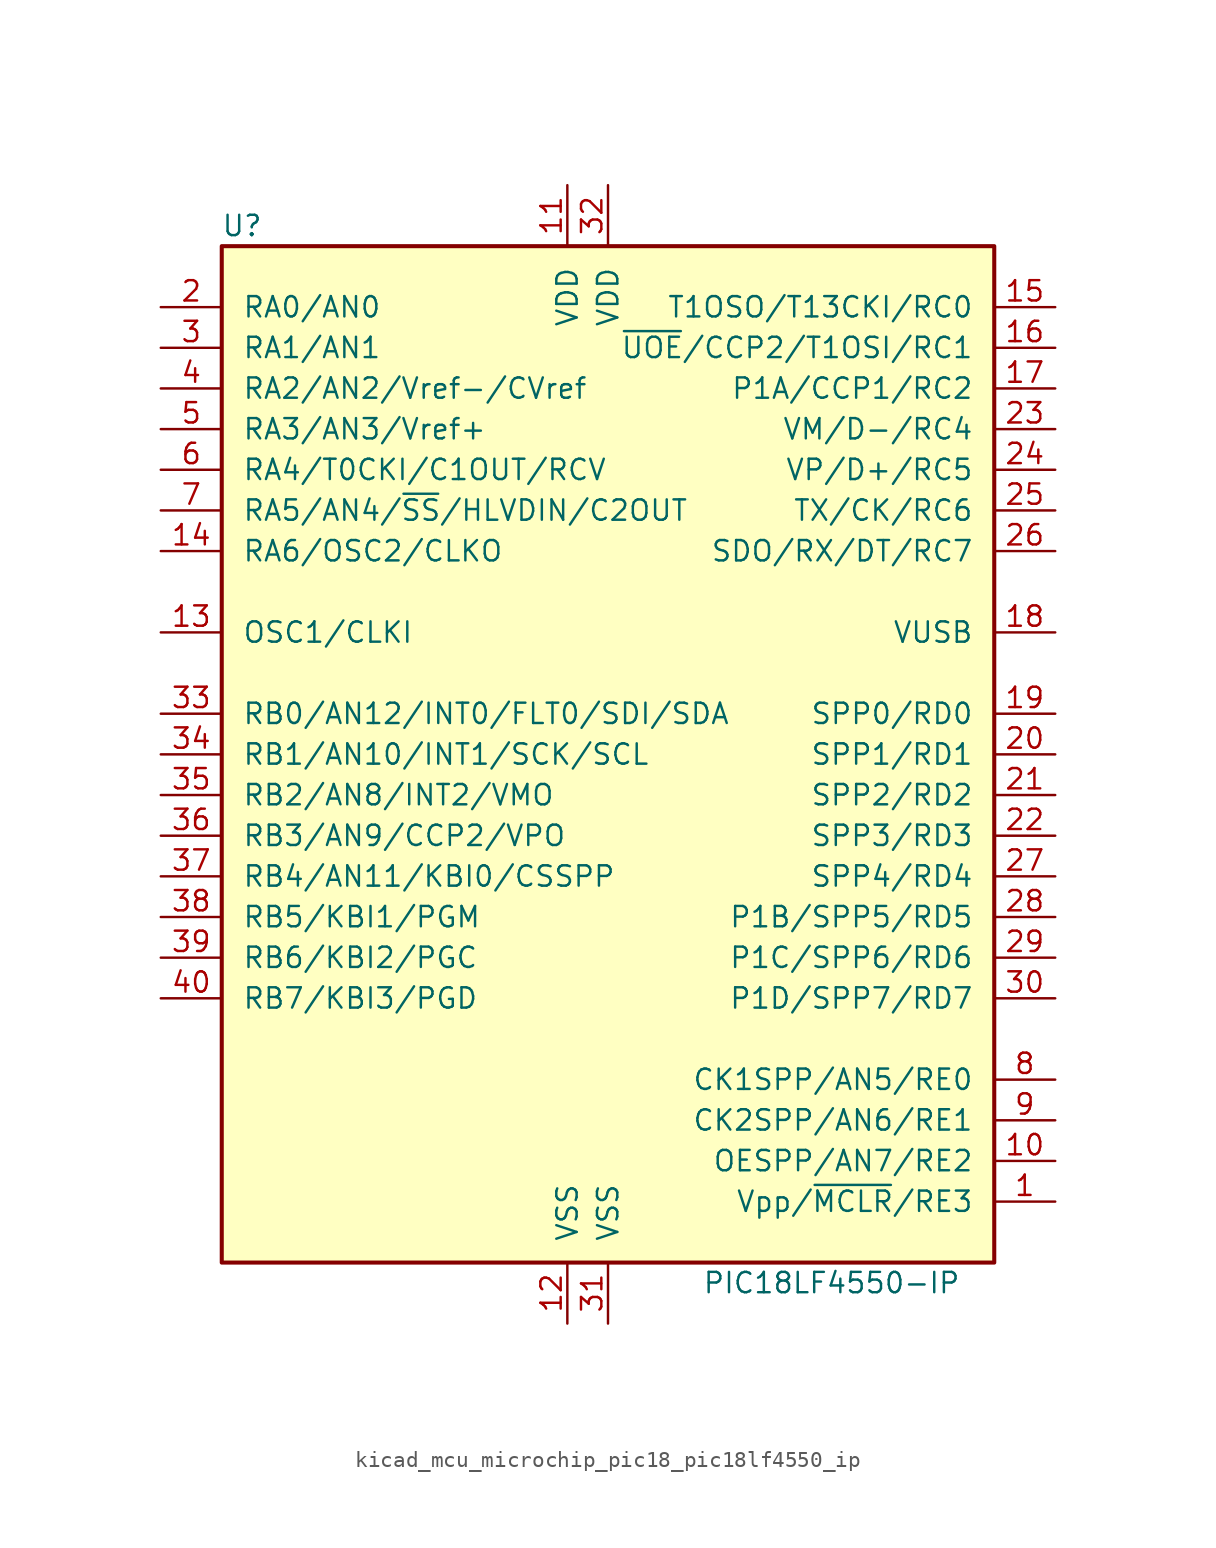
<source format=kicad_sym>
(kicad_symbol_lib
  (version 20220914)
  (generator kicad_symbol_editor)
  (symbol "kicad_mcu_microchip_pic18_pic18lf4550_ip"
    (pin_names
      (offset 1.27))
    (property "Reference" "U"
      (at -22.86 33.02 0)
      (effects (font (size 1.27 1.27))))
    (property "Value" "PIC18LF4550-IP"
      (at 13.97 -33.02 0)
      (effects (font (size 1.27 1.27))))
    (symbol "kicad_mcu_microchip_pic18_pic18lf4550_ip_0_1"
      (rectangle (start -24.13 31.75) (end 24.13 -31.75) (stroke (width 0.254) (type default)) (fill (type background))))
    (symbol "kicad_mcu_microchip_pic18_pic18lf4550_ip_1_1"
      (pin input line (at 27.94 -27.94 180) (length 3.81) (name "Vpp/~{MCLR}/RE3" (effects (font (size 1.27 1.27)))) (number "1" (effects (font (size 1.27 1.27)))))
      (pin bidirectional line (at 27.94 -25.4 180) (length 3.81) (name "OESPP/AN7/RE2" (effects (font (size 1.27 1.27)))) (number "10" (effects (font (size 1.27 1.27)))))
      (pin power_in line (at -2.54 35.56 270) (length 3.81) (name "VDD" (effects (font (size 1.27 1.27)))) (number "11" (effects (font (size 1.27 1.27)))))
      (pin power_in line (at -2.54 -35.56 90) (length 3.81) (name "VSS" (effects (font (size 1.27 1.27)))) (number "12" (effects (font (size 1.27 1.27)))))
      (pin input line (at -27.94 7.62 0) (length 3.81) (name "OSC1/CLKI" (effects (font (size 1.27 1.27)))) (number "13" (effects (font (size 1.27 1.27)))))
      (pin output line (at -27.94 12.7 0) (length 3.81) (name "RA6/OSC2/CLKO" (effects (font (size 1.27 1.27)))) (number "14" (effects (font (size 1.27 1.27)))))
      (pin bidirectional line (at 27.94 27.94 180) (length 3.81) (name "T1OSO/T13CKI/RC0" (effects (font (size 1.27 1.27)))) (number "15" (effects (font (size 1.27 1.27)))))
      (pin bidirectional line (at 27.94 25.4 180) (length 3.81) (name "~{UOE}/CCP2/T1OSI/RC1" (effects (font (size 1.27 1.27)))) (number "16" (effects (font (size 1.27 1.27)))))
      (pin bidirectional line (at 27.94 22.86 180) (length 3.81) (name "P1A/CCP1/RC2" (effects (font (size 1.27 1.27)))) (number "17" (effects (font (size 1.27 1.27)))))
      (pin bidirectional line (at 27.94 7.62 180) (length 3.81) (name "VUSB" (effects (font (size 1.27 1.27)))) (number "18" (effects (font (size 1.27 1.27)))))
      (pin bidirectional line (at 27.94 2.54 180) (length 3.81) (name "SPP0/RD0" (effects (font (size 1.27 1.27)))) (number "19" (effects (font (size 1.27 1.27)))))
      (pin bidirectional line (at -27.94 27.94 0) (length 3.81) (name "RA0/AN0" (effects (font (size 1.27 1.27)))) (number "2" (effects (font (size 1.27 1.27)))))
      (pin bidirectional line (at 27.94 0 180) (length 3.81) (name "SPP1/RD1" (effects (font (size 1.27 1.27)))) (number "20" (effects (font (size 1.27 1.27)))))
      (pin bidirectional line (at 27.94 -2.54 180) (length 3.81) (name "SPP2/RD2" (effects (font (size 1.27 1.27)))) (number "21" (effects (font (size 1.27 1.27)))))
      (pin bidirectional line (at 27.94 -5.08 180) (length 3.81) (name "SPP3/RD3" (effects (font (size 1.27 1.27)))) (number "22" (effects (font (size 1.27 1.27)))))
      (pin bidirectional line (at 27.94 20.32 180) (length 3.81) (name "VM/D-/RC4" (effects (font (size 1.27 1.27)))) (number "23" (effects (font (size 1.27 1.27)))))
      (pin bidirectional line (at 27.94 17.78 180) (length 3.81) (name "VP/D+/RC5" (effects (font (size 1.27 1.27)))) (number "24" (effects (font (size 1.27 1.27)))))
      (pin bidirectional line (at 27.94 15.24 180) (length 3.81) (name "TX/CK/RC6" (effects (font (size 1.27 1.27)))) (number "25" (effects (font (size 1.27 1.27)))))
      (pin bidirectional line (at 27.94 12.7 180) (length 3.81) (name "SDO/RX/DT/RC7" (effects (font (size 1.27 1.27)))) (number "26" (effects (font (size 1.27 1.27)))))
      (pin bidirectional line (at 27.94 -7.62 180) (length 3.81) (name "SPP4/RD4" (effects (font (size 1.27 1.27)))) (number "27" (effects (font (size 1.27 1.27)))))
      (pin bidirectional line (at 27.94 -10.16 180) (length 3.81) (name "P1B/SPP5/RD5" (effects (font (size 1.27 1.27)))) (number "28" (effects (font (size 1.27 1.27)))))
      (pin bidirectional line (at 27.94 -12.7 180) (length 3.81) (name "P1C/SPP6/RD6" (effects (font (size 1.27 1.27)))) (number "29" (effects (font (size 1.27 1.27)))))
      (pin bidirectional line (at -27.94 25.4 0) (length 3.81) (name "RA1/AN1" (effects (font (size 1.27 1.27)))) (number "3" (effects (font (size 1.27 1.27)))))
      (pin bidirectional line (at 27.94 -15.24 180) (length 3.81) (name "P1D/SPP7/RD7" (effects (font (size 1.27 1.27)))) (number "30" (effects (font (size 1.27 1.27)))))
      (pin power_in line (at 0 -35.56 90) (length 3.81) (name "VSS" (effects (font (size 1.27 1.27)))) (number "31" (effects (font (size 1.27 1.27)))))
      (pin power_in line (at 0 35.56 270) (length 3.81) (name "VDD" (effects (font (size 1.27 1.27)))) (number "32" (effects (font (size 1.27 1.27)))))
      (pin bidirectional line (at -27.94 2.54 0) (length 3.81) (name "RB0/AN12/INT0/FLT0/SDI/SDA" (effects (font (size 1.27 1.27)))) (number "33" (effects (font (size 1.27 1.27)))))
      (pin bidirectional line (at -27.94 0 0) (length 3.81) (name "RB1/AN10/INT1/SCK/SCL" (effects (font (size 1.27 1.27)))) (number "34" (effects (font (size 1.27 1.27)))))
      (pin bidirectional line (at -27.94 -2.54 0) (length 3.81) (name "RB2/AN8/INT2/VMO" (effects (font (size 1.27 1.27)))) (number "35" (effects (font (size 1.27 1.27)))))
      (pin bidirectional line (at -27.94 -5.08 0) (length 3.81) (name "RB3/AN9/CCP2/VPO" (effects (font (size 1.27 1.27)))) (number "36" (effects (font (size 1.27 1.27)))))
      (pin bidirectional line (at -27.94 -7.62 0) (length 3.81) (name "RB4/AN11/KBI0/CSSPP" (effects (font (size 1.27 1.27)))) (number "37" (effects (font (size 1.27 1.27)))))
      (pin bidirectional line (at -27.94 -10.16 0) (length 3.81) (name "RB5/KBI1/PGM" (effects (font (size 1.27 1.27)))) (number "38" (effects (font (size 1.27 1.27)))))
      (pin bidirectional line (at -27.94 -12.7 0) (length 3.81) (name "RB6/KBI2/PGC" (effects (font (size 1.27 1.27)))) (number "39" (effects (font (size 1.27 1.27)))))
      (pin bidirectional line (at -27.94 22.86 0) (length 3.81) (name "RA2/AN2/Vref-/CVref" (effects (font (size 1.27 1.27)))) (number "4" (effects (font (size 1.27 1.27)))))
      (pin bidirectional line (at -27.94 -15.24 0) (length 3.81) (name "RB7/KBI3/PGD" (effects (font (size 1.27 1.27)))) (number "40" (effects (font (size 1.27 1.27)))))
      (pin bidirectional line (at -27.94 20.32 0) (length 3.81) (name "RA3/AN3/Vref+" (effects (font (size 1.27 1.27)))) (number "5" (effects (font (size 1.27 1.27)))))
      (pin bidirectional line (at -27.94 17.78 0) (length 3.81) (name "RA4/T0CKI/C1OUT/RCV" (effects (font (size 1.27 1.27)))) (number "6" (effects (font (size 1.27 1.27)))))
      (pin bidirectional line (at -27.94 15.24 0) (length 3.81) (name "RA5/AN4/~{SS}/HLVDIN/C2OUT" (effects (font (size 1.27 1.27)))) (number "7" (effects (font (size 1.27 1.27)))))
      (pin bidirectional line (at 27.94 -20.32 180) (length 3.81) (name "CK1SPP/AN5/RE0" (effects (font (size 1.27 1.27)))) (number "8" (effects (font (size 1.27 1.27)))))
      (pin bidirectional line (at 27.94 -22.86 180) (length 3.81) (name "CK2SPP/AN6/RE1" (effects (font (size 1.27 1.27)))) (number "9" (effects (font (size 1.27 1.27))))))))
</source>
